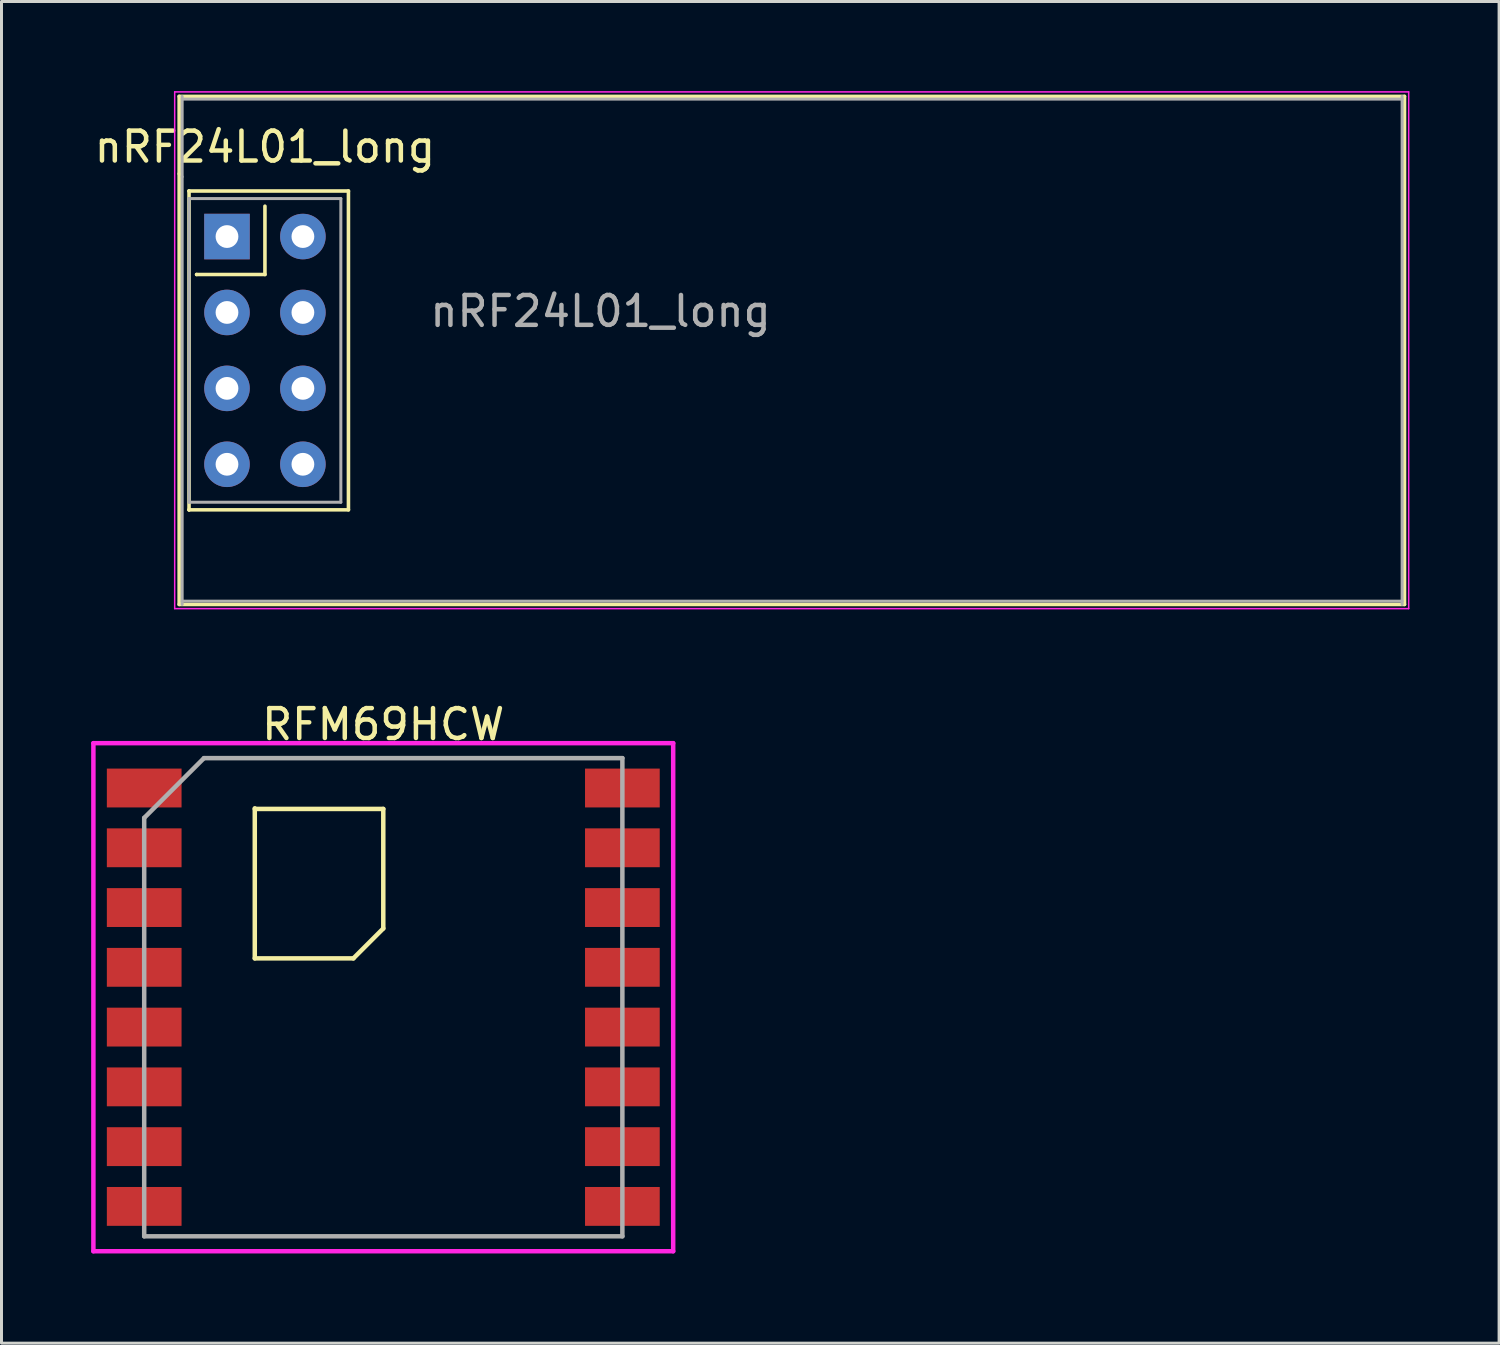
<source format=kicad_pcb>
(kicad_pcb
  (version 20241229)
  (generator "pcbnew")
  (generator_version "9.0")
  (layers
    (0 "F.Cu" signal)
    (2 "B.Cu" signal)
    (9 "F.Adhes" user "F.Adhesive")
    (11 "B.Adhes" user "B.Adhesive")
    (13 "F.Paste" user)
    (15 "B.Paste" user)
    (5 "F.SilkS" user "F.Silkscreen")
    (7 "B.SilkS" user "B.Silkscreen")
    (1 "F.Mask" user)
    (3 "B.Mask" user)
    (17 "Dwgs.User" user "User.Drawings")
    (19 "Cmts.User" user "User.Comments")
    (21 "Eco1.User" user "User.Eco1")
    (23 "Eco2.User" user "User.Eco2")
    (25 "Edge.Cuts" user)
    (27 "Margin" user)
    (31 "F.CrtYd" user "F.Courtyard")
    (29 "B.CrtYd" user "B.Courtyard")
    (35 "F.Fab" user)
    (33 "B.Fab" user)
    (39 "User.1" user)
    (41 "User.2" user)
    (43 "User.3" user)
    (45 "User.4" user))
  (footprint "nRF24L01_long"
    (layer "F.Cu")
    (at 4.545 4.865)
    (property "Reference" "nRF24L01_long" (at 1.27 -3 0) (layer "F.SilkS") (effects (font (size 1 1) (thickness 0.15))))
    (attr through_hole)
    (fp_line (start -1.6 -4.69) (end 39.4 -4.69) (stroke (width 0.12) (type solid)) (layer "F.SilkS"))
    (fp_line (start -1.6 -2.1) (end -1.6 -2.1) (stroke (width 0.12) (type solid)) (layer "F.SilkS"))
    (fp_line (start -1.6 12.31) (end -1.6 -4.69) (stroke (width 0.12) (type solid)) (layer "F.SilkS"))
    (fp_line (start -1.27 -1.524) (end -1.27 -1.524) (stroke (width 0.12) (type solid)) (layer "F.SilkS"))
    (fp_line (start -1.27 -1.524) (end 4.064 -1.524) (stroke (width 0.12) (type solid)) (layer "F.SilkS"))
    (fp_line (start -1.27 9.144) (end -1.27 -1.524) (stroke (width 0.12) (type solid)) (layer "F.SilkS"))
    (fp_line (start -1.27 9.144) (end -1.27 9.144) (stroke (width 0.12) (type solid)) (layer "F.SilkS"))
    (fp_line (start -1.016 1.27) (end -1.016 1.27) (stroke (width 0.12) (type solid)) (layer "F.SilkS"))
    (fp_line (start 1.27 -1.016) (end 1.27 1.27) (stroke (width 0.12) (type solid)) (layer "F.SilkS"))
    (fp_line (start 1.27 1.27) (end -1.016 1.27) (stroke (width 0.12) (type solid)) (layer "F.SilkS"))
    (fp_line (start 4.064 -1.524) (end 4.064 9.144) (stroke (width 0.12) (type solid)) (layer "F.SilkS"))
    (fp_line (start 4.064 9.144) (end -1.27 9.144) (stroke (width 0.12) (type solid)) (layer "F.SilkS"))
    (fp_line (start 39.4 -4.69) (end 39.4 12.31) (stroke (width 0.12) (type solid)) (layer "F.SilkS"))
    (fp_line (start 39.4 12.31) (end -1.6 12.31) (stroke (width 0.12) (type solid)) (layer "F.SilkS"))
    (fp_line (start -1.75 -4.84) (end -1.75 12.45) (stroke (width 0.05) (type solid)) (layer "F.CrtYd"))
    (fp_line (start -1.75 12.45) (end 39.54 12.45) (stroke (width 0.05) (type solid)) (layer "F.CrtYd"))
    (fp_line (start 39.54 -4.84) (end -1.75 -4.84) (stroke (width 0.05) (type solid)) (layer "F.CrtYd"))
    (fp_line (start 39.54 12.45) (end 39.54 -4.84) (stroke (width 0.05) (type solid)) (layer "F.CrtYd"))
    (fp_line (start -1.5 -4.6) (end 39.32 -4.6) (stroke (width 0.1) (type solid)) (layer "F.Fab"))
    (fp_line (start -1.5 -2) (end -1.5 -2) (stroke (width 0.1) (type solid)) (layer "F.Fab"))
    (fp_line (start -1.5 12.31) (end -1.5 -4.69) (stroke (width 0.1) (type solid)) (layer "F.Fab"))
    (fp_line (start -1.27 -1.27) (end -1.27 -1.27) (stroke (width 0.1) (type solid)) (layer "F.Fab"))
    (fp_line (start -1.27 -1.27) (end 3.81 -1.27) (stroke (width 0.1) (type solid)) (layer "F.Fab"))
    (fp_line (start -1.27 8.89) (end -1.27 -1.27) (stroke (width 0.1) (type solid)) (layer "F.Fab"))
    (fp_line (start 3.81 -1.27) (end 3.81 8.89) (stroke (width 0.1) (type solid)) (layer "F.Fab"))
    (fp_line (start 3.81 8.89) (end -1.27 8.89) (stroke (width 0.1) (type solid)) (layer "F.Fab"))
    (fp_line (start 39.32 -4.69) (end 39.32 12.31) (stroke (width 0.1) (type solid)) (layer "F.Fab"))
    (fp_line (start 39.32 12.2) (end -1.5 12.2) (stroke (width 0.1) (type solid)) (layer "F.Fab"))
    (fp_text user "${REFERENCE}" (at 12.5 2.5 0) (layer "F.Fab") (effects (font (size 1 1) (thickness 0.15))))
    (pad "1" thru_hole rect (at 0 0) (size 1.524 1.524) (drill 0.762) (layers "*.Cu" "*.Mask"))
    (pad "2" thru_hole circle (at 2.54 0) (size 1.524 1.524) (drill 0.762) (layers "*.Cu" "*.Mask"))
    (pad "3" thru_hole circle (at 0 2.54) (size 1.524 1.524) (drill 0.762) (layers "*.Cu" "*.Mask"))
    (pad "4" thru_hole circle (at 2.54 2.54) (size 1.524 1.524) (drill 0.762) (layers "*.Cu" "*.Mask"))
    (pad "5" thru_hole circle (at 0 5.08) (size 1.524 1.524) (drill 0.762) (layers "*.Cu" "*.Mask"))
    (pad "6" thru_hole circle (at 2.54 5.08) (size 1.524 1.524) (drill 0.762) (layers "*.Cu" "*.Mask"))
    (pad "7" thru_hole circle (at 0 7.62) (size 1.524 1.524) (drill 0.762) (layers "*.Cu" "*.Mask"))
    (pad "8" thru_hole circle (at 2.54 7.62) (size 1.524 1.524) (drill 0.762) (layers "*.Cu" "*.Mask")))
  (footprint "RFM69HCW"
    (layer "F.Cu")
    (at 9.775 30.317)
    (property "Reference" "RFM69HCW" (at -0.003 -9.129 0) (layer "F.SilkS") (effects (font (size 1 1) (thickness 0.15))))
    (attr through_hole)
    (fp_line (start -4.3 -6.3) (end 0 -6.3) (stroke (width 0.15) (type solid)) (layer "F.SilkS"))
    (fp_line (start -4.3 -1.3) (end -4.3 -6.32) (stroke (width 0.15) (type solid)) (layer "F.SilkS"))
    (fp_line (start -1 -1.3) (end -4.3 -1.3) (stroke (width 0.15) (type solid)) (layer "F.SilkS"))
    (fp_line (start -1 -1.3) (end 0 -2.3) (stroke (width 0.15) (type solid)) (layer "F.SilkS"))
    (fp_line (start 0 -6.3) (end 0 -2.3) (stroke (width 0.15) (type solid)) (layer "F.SilkS"))
    (fp_line (start -9.7 8.5) (end -9.7 -8.5) (stroke (width 0.15) (type solid)) (layer "F.CrtYd"))
    (fp_line (start 9.7 -8.5) (end -9.7 -8.5) (stroke (width 0.15) (type solid)) (layer "F.CrtYd"))
    (fp_line (start 9.7 8.5) (end -9.7 8.5) (stroke (width 0.15) (type solid)) (layer "F.CrtYd"))
    (fp_line (start 9.7 8.5) (end 9.7 -8.5) (stroke (width 0.15) (type solid)) (layer "F.CrtYd"))
    (fp_line (start -8 -6) (end -6 -8) (stroke (width 0.15) (type solid)) (layer "F.Fab"))
    (fp_line (start -8 8) (end -8 -6) (stroke (width 0.15) (type solid)) (layer "F.Fab"))
    (fp_line (start -8 8) (end 8 8) (stroke (width 0.15) (type solid)) (layer "F.Fab"))
    (fp_line (start -6 -8) (end 8 -8) (stroke (width 0.15) (type solid)) (layer "F.Fab"))
    (fp_line (start 8 8) (end 8 -8) (stroke (width 0.15) (type solid)) (layer "F.Fab"))
    (pad "1" smd rect (at -8 -7) (size 2.5 1.3) (layers "F.Cu" "F.Mask" "F.Paste"))
    (pad "2" smd rect (at -8 -5) (size 2.5 1.3) (layers "F.Cu" "F.Mask" "F.Paste"))
    (pad "3" smd rect (at -8 -3) (size 2.5 1.3) (layers "F.Cu" "F.Mask" "F.Paste"))
    (pad "4" smd rect (at -8 -1) (size 2.5 1.3) (layers "F.Cu" "F.Mask" "F.Paste"))
    (pad "5" smd rect (at -8 1) (size 2.5 1.3) (layers "F.Cu" "F.Mask" "F.Paste"))
    (pad "6" smd rect (at -8 3) (size 2.5 1.3) (layers "F.Cu" "F.Mask" "F.Paste"))
    (pad "7" smd rect (at -8 5) (size 2.5 1.3) (layers "F.Cu" "F.Mask" "F.Paste"))
    (pad "8" smd rect (at -8 7) (size 2.5 1.3) (layers "F.Cu" "F.Mask" "F.Paste"))
    (pad "9" smd rect (at 8 7) (size 2.5 1.3) (layers "F.Cu" "F.Mask" "F.Paste"))
    (pad "10" smd rect (at 8 5) (size 2.5 1.3) (layers "F.Cu" "F.Mask" "F.Paste"))
    (pad "11" smd rect (at 8 3) (size 2.5 1.3) (layers "F.Cu" "F.Mask" "F.Paste"))
    (pad "12" smd rect (at 8 1) (size 2.5 1.3) (layers "F.Cu" "F.Mask" "F.Paste"))
    (pad "13" smd rect (at 8 -1) (size 2.5 1.3) (layers "F.Cu" "F.Mask" "F.Paste"))
    (pad "14" smd rect (at 8 -3) (size 2.5 1.3) (layers "F.Cu" "F.Mask" "F.Paste"))
    (pad "15" smd rect (at 8 -5) (size 2.5 1.3) (layers "F.Cu" "F.Mask" "F.Paste"))
    (pad "16" smd rect (at 8 -7) (size 2.5 1.3) (layers "F.Cu" "F.Mask" "F.Paste")))
  (gr_rect
    (start -3 -3)
    (end 47.11 41.892)
    (stroke (width 0.1) (type default))
    (fill no)
    (layer "Edge.Cuts")))
</source>
